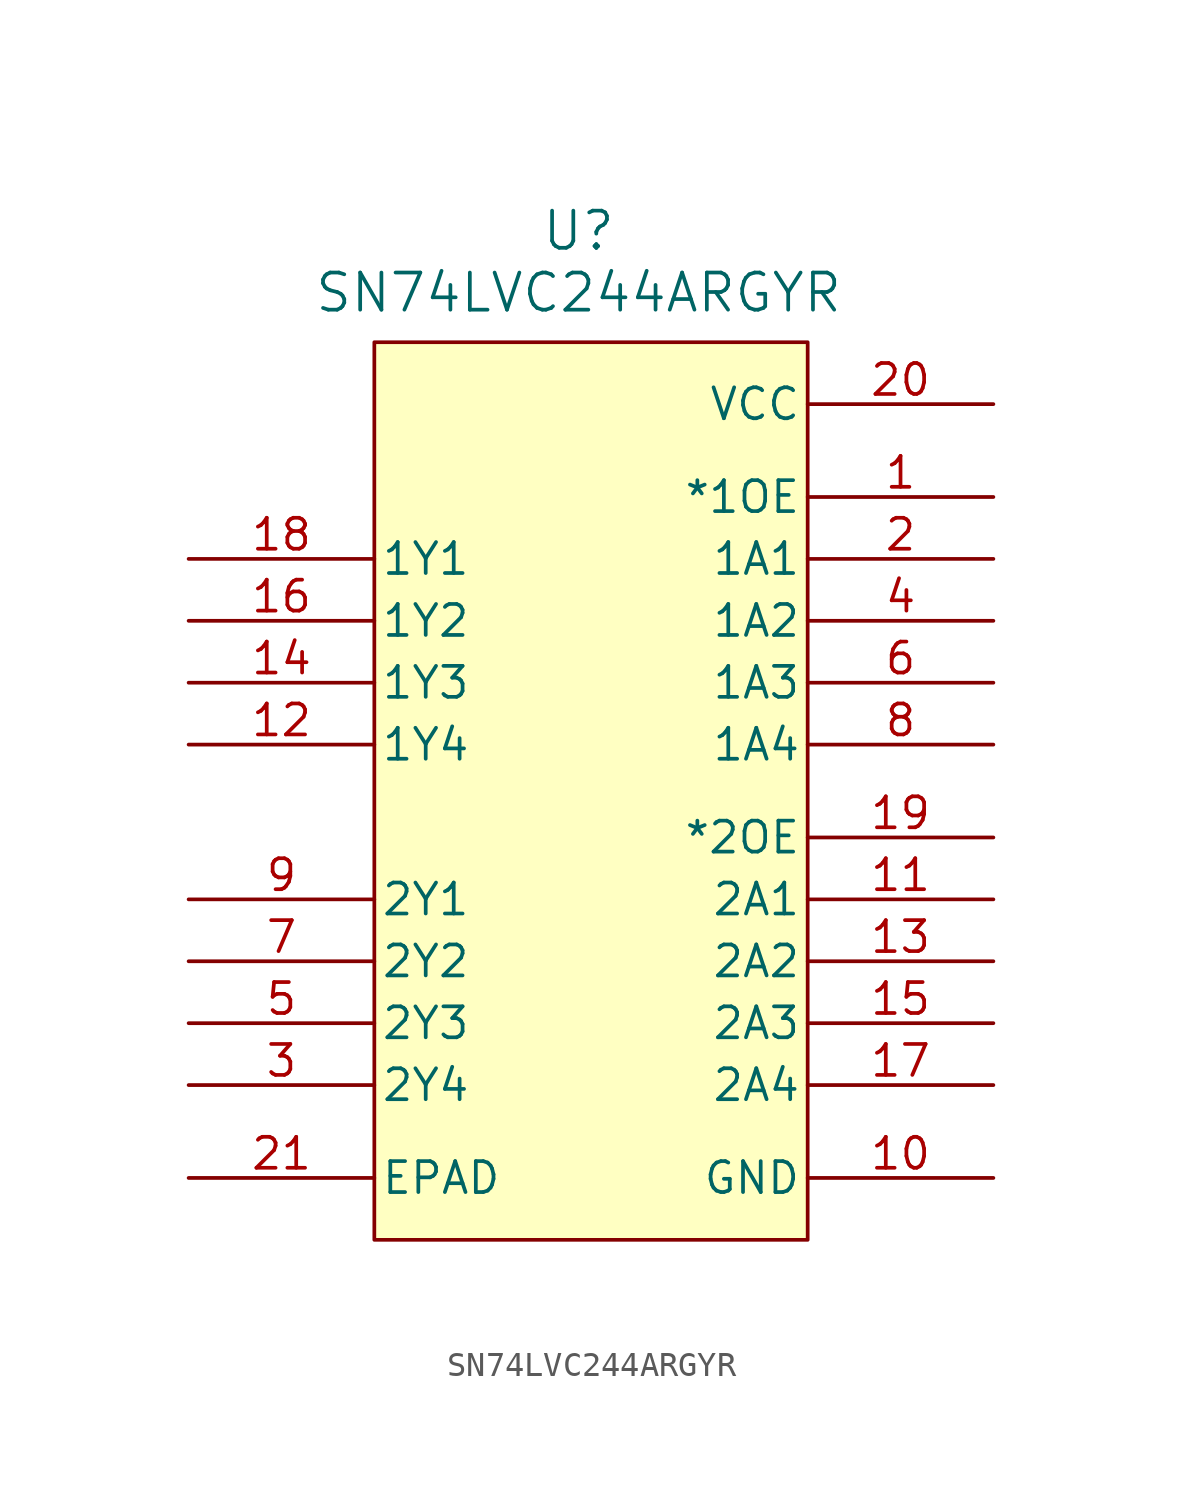
<source format=kicad_sym>
(kicad_symbol_lib
  (version 20241209)
  (generator "kicad_symbol_editor")
  (generator_version "9.0")
  (symbol "SN74LVC244ARGYR"
    (pin_names
      (offset 0.254))
    (property "Reference" "U"
      (at 16.002 9.652 0)
      (effects (font (size 1.524 1.524))))
    (property "Value" "SN74LVC244ARGYR"
      (at 16.002 7.112 0)
      (effects (font (size 1.524 1.524))))
    (property "ki_locked" ""
      (at 0 0 0)
      (effects (font (size 1.27 1.27))))
    (symbol "SN74LVC244ARGYR_0_1"
      (pin output line (at 0 -6.35 0) (length 7.62) (name "1Y2" (effects (font (size 1.27 1.27)))) (number "16" (effects (font (size 1.27 1.27)))))
      (pin output line (at 0 -8.89 0) (length 7.62) (name "1Y3" (effects (font (size 1.27 1.27)))) (number "14" (effects (font (size 1.27 1.27)))))
      (pin output line (at 0 -11.43 0) (length 7.62) (name "1Y4" (effects (font (size 1.27 1.27)))) (number "12" (effects (font (size 1.27 1.27)))))
      (pin output line (at 0 -17.78 0) (length 7.62) (name "2Y1" (effects (font (size 1.27 1.27)))) (number "9" (effects (font (size 1.27 1.27)))))
      (pin output line (at 0 -20.32 0) (length 7.62) (name "2Y2" (effects (font (size 1.27 1.27)))) (number "7" (effects (font (size 1.27 1.27)))))
      (pin output line (at 0 -22.86 0) (length 7.62) (name "2Y3" (effects (font (size 1.27 1.27)))) (number "5" (effects (font (size 1.27 1.27)))))
      (pin output line (at 0 -25.4 0) (length 7.62) (name "2Y4" (effects (font (size 1.27 1.27)))) (number "3" (effects (font (size 1.27 1.27)))))
      (pin unspecified line (at 0 -29.21 0) (length 7.62) (name "EPAD" (effects (font (size 1.27 1.27)))) (number "21" (effects (font (size 1.27 1.27)))))
      (pin power_in line (at 33.02 2.54 180) (length 7.62) (name "VCC" (effects (font (size 1.27 1.27)))) (number "20" (effects (font (size 1.27 1.27)))))
      (pin input line (at 33.02 -1.27 180) (length 7.62) (name "*1OE" (effects (font (size 1.27 1.27)))) (number "1" (effects (font (size 1.27 1.27)))))
      (pin input line (at 33.02 -3.81 180) (length 7.62) (name "1A1" (effects (font (size 1.27 1.27)))) (number "2" (effects (font (size 1.27 1.27)))))
      (pin input line (at 33.02 -6.35 180) (length 7.62) (name "1A2" (effects (font (size 1.27 1.27)))) (number "4" (effects (font (size 1.27 1.27)))))
      (pin input line (at 33.02 -8.89 180) (length 7.62) (name "1A3" (effects (font (size 1.27 1.27)))) (number "6" (effects (font (size 1.27 1.27)))))
      (pin input line (at 33.02 -11.43 180) (length 7.62) (name "1A4" (effects (font (size 1.27 1.27)))) (number "8" (effects (font (size 1.27 1.27)))))
      (pin input line (at 33.02 -15.24 180) (length 7.62) (name "*2OE" (effects (font (size 1.27 1.27)))) (number "19" (effects (font (size 1.27 1.27)))))
      (pin input line (at 33.02 -17.78 180) (length 7.62) (name "2A1" (effects (font (size 1.27 1.27)))) (number "11" (effects (font (size 1.27 1.27)))))
      (pin input line (at 33.02 -20.32 180) (length 7.62) (name "2A2" (effects (font (size 1.27 1.27)))) (number "13" (effects (font (size 1.27 1.27)))))
      (pin input line (at 33.02 -22.86 180) (length 7.62) (name "2A3" (effects (font (size 1.27 1.27)))) (number "15" (effects (font (size 1.27 1.27)))))
      (pin input line (at 33.02 -25.4 180) (length 7.62) (name "2A4" (effects (font (size 1.27 1.27)))) (number "17" (effects (font (size 1.27 1.27)))))
      (pin power_in line (at 33.02 -29.21 180) (length 7.62) (name "GND" (effects (font (size 1.27 1.27)))) (number "10" (effects (font (size 1.27 1.27))))))
    (symbol "SN74LVC244ARGYR_1_1"
      (rectangle (start 7.62 5.08) (end 25.4 -31.75) (stroke (width 0) (type default)) (fill (type background)))
      (pin output line (at 0 -3.81 0) (length 7.62) (name "1Y1" (effects (font (size 1.27 1.27)))) (number "18" (effects (font (size 1.27 1.27))))))))
</source>
